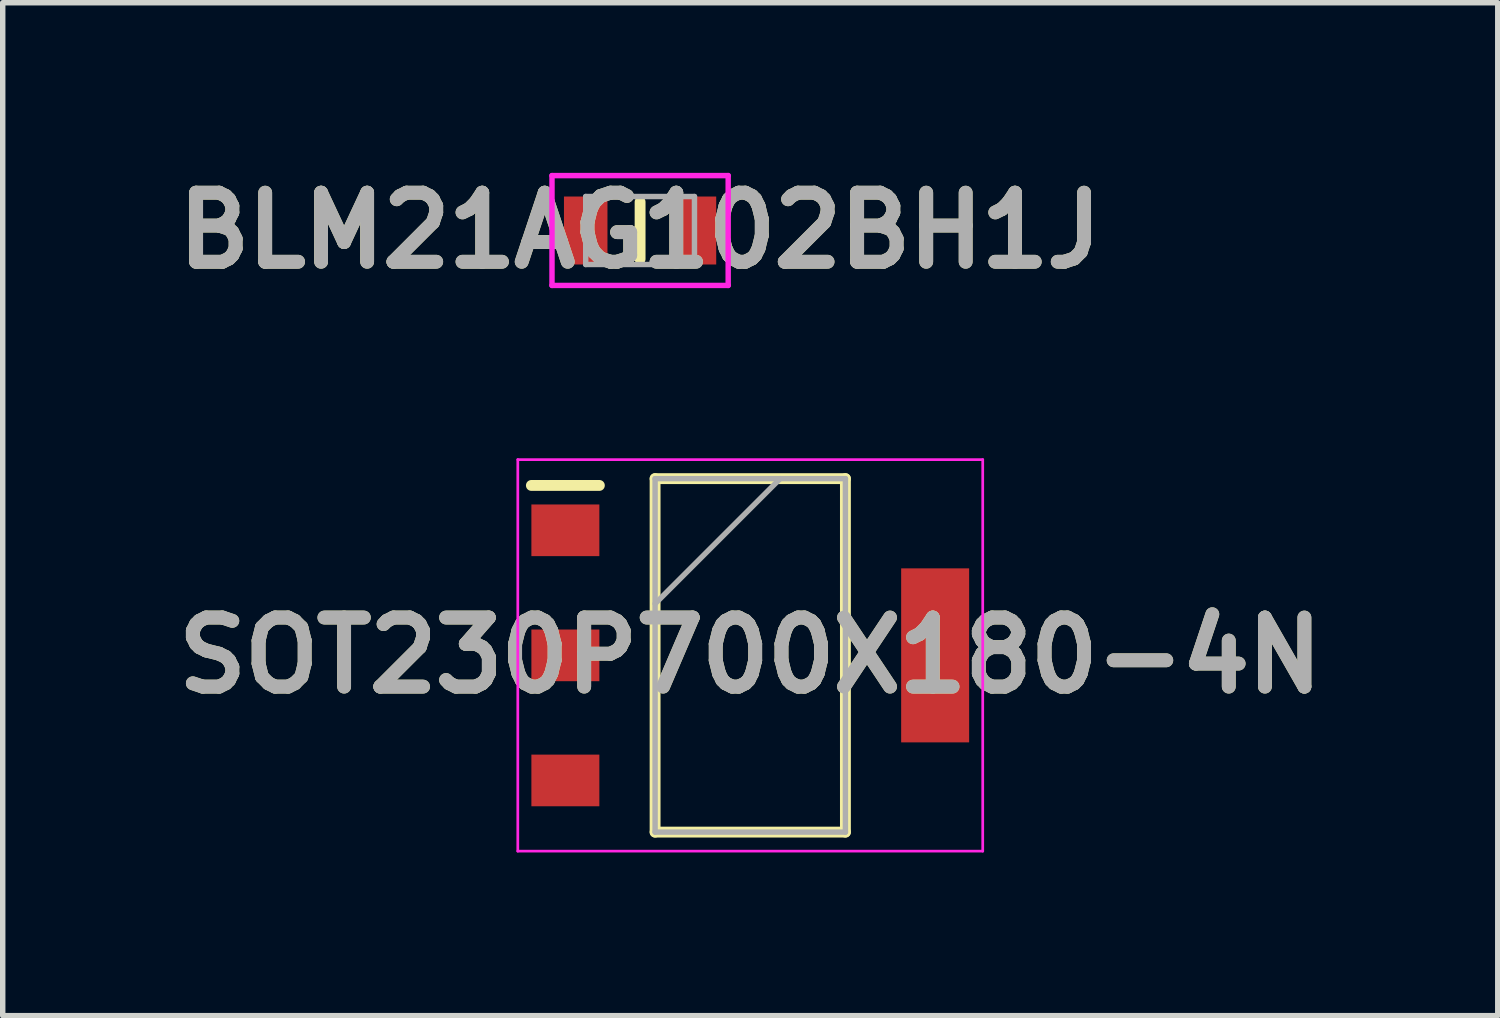
<source format=kicad_pcb>
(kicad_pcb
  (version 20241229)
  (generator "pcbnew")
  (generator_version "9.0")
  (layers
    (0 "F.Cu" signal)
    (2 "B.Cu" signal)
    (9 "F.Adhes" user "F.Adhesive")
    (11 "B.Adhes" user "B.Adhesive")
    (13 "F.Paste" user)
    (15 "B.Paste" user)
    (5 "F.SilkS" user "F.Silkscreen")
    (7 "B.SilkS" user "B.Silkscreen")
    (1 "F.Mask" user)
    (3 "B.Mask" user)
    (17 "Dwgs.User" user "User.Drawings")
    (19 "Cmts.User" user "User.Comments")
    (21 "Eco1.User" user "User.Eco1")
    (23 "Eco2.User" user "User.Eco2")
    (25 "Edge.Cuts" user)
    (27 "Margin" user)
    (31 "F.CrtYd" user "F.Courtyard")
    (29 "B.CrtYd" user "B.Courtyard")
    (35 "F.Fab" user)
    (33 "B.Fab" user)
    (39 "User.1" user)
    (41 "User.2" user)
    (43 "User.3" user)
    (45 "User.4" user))
  (footprint "BLM21AG102BH1J"
    (layer "F.Cu")
    (at 8.721 1.189)
    (property "Reference" "BLM21AG102BH1J" (at 0 0 0) (layer "F.SilkS") (effects (font (size 1.27 1.27) (thickness 0.254))))
    (attr smd)
    (fp_line (start 0 -0.525) (end 0 0.525) (stroke (width 0.2) (type solid)) (layer "F.SilkS"))
    (fp_line (start -1.62 -1.01) (end 1.62 -1.01) (stroke (width 0.1) (type solid)) (layer "F.CrtYd"))
    (fp_line (start -1.62 1.01) (end -1.62 -1.01) (stroke (width 0.1) (type solid)) (layer "F.CrtYd"))
    (fp_line (start 1.62 -1.01) (end 1.62 1.01) (stroke (width 0.1) (type solid)) (layer "F.CrtYd"))
    (fp_line (start 1.62 1.01) (end -1.62 1.01) (stroke (width 0.1) (type solid)) (layer "F.CrtYd"))
    (fp_line (start -1 -0.625) (end 1 -0.625) (stroke (width 0.1) (type solid)) (layer "F.Fab"))
    (fp_line (start -1 0.625) (end -1 -0.625) (stroke (width 0.1) (type solid)) (layer "F.Fab"))
    (fp_line (start 1 -0.625) (end 1 0.625) (stroke (width 0.1) (type solid)) (layer "F.Fab"))
    (fp_line (start 1 0.625) (end -1 0.625) (stroke (width 0.1) (type solid)) (layer "F.Fab"))
    (fp_text user "${REFERENCE}" (at 0 0 0) (layer "F.Fab") (effects (font (size 1.27 1.27) (thickness 0.254))))
    (pad "1" smd rect (at -1 0) (size 0.8 1.25) (layers "F.Cu" "F.Mask" "F.Paste"))
    (pad "2" smd rect (at 1 0) (size 0.8 1.25) (layers "F.Cu" "F.Mask" "F.Paste")))
  (footprint "SOT230P700X180-4N"
    (layer "F.Cu")
    (at 10.747 9.002)
    (property "Reference" "SOT230P700X180-4N" (at 0 0 0) (layer "F.SilkS") (effects (font (size 1.27 1.27) (thickness 0.254))))
    (attr smd)
    (fp_line (start -4.025 -3.125) (end -2.775 -3.125) (stroke (width 0.2) (type solid)) (layer "F.SilkS"))
    (fp_line (start -1.75 -3.25) (end 1.75 -3.25) (stroke (width 0.2) (type solid)) (layer "F.SilkS"))
    (fp_line (start -1.75 3.25) (end -1.75 -3.25) (stroke (width 0.2) (type solid)) (layer "F.SilkS"))
    (fp_line (start 1.75 -3.25) (end 1.75 3.25) (stroke (width 0.2) (type solid)) (layer "F.SilkS"))
    (fp_line (start 1.75 3.25) (end -1.75 3.25) (stroke (width 0.2) (type solid)) (layer "F.SilkS"))
    (fp_line (start -4.275 -3.6) (end 4.275 -3.6) (stroke (width 0.05) (type solid)) (layer "F.CrtYd"))
    (fp_line (start -4.275 3.6) (end -4.275 -3.6) (stroke (width 0.05) (type solid)) (layer "F.CrtYd"))
    (fp_line (start 4.275 -3.6) (end 4.275 3.6) (stroke (width 0.05) (type solid)) (layer "F.CrtYd"))
    (fp_line (start 4.275 3.6) (end -4.275 3.6) (stroke (width 0.05) (type solid)) (layer "F.CrtYd"))
    (fp_line (start -1.75 -3.25) (end 1.75 -3.25) (stroke (width 0.1) (type solid)) (layer "F.Fab"))
    (fp_line (start -1.75 -0.95) (end 0.55 -3.25) (stroke (width 0.1) (type solid)) (layer "F.Fab"))
    (fp_line (start -1.75 3.25) (end -1.75 -3.25) (stroke (width 0.1) (type solid)) (layer "F.Fab"))
    (fp_line (start 1.75 -3.25) (end 1.75 3.25) (stroke (width 0.1) (type solid)) (layer "F.Fab"))
    (fp_line (start 1.75 3.25) (end -1.75 3.25) (stroke (width 0.1) (type solid)) (layer "F.Fab"))
    (fp_text user "${REFERENCE}" (at 0 0 0) (layer "F.Fab") (effects (font (size 1.27 1.27) (thickness 0.254))))
    (pad "1" smd rect (at -3.4 -2.3 90) (size 0.95 1.25) (layers "F.Cu" "F.Mask" "F.Paste"))
    (pad "2" smd rect (at -3.4 0 90) (size 0.95 1.25) (layers "F.Cu" "F.Mask" "F.Paste"))
    (pad "3" smd rect (at -3.4 2.3 90) (size 0.95 1.25) (layers "F.Cu" "F.Mask" "F.Paste"))
    (pad "4" smd rect (at 3.4 0) (size 1.25 3.2) (layers "F.Cu" "F.Mask" "F.Paste")))
  (gr_rect
    (start -3 -3)
    (end 24.493 15.627)
    (stroke (width 0.1) (type default))
    (fill no)
    (layer "Edge.Cuts")))
</source>
